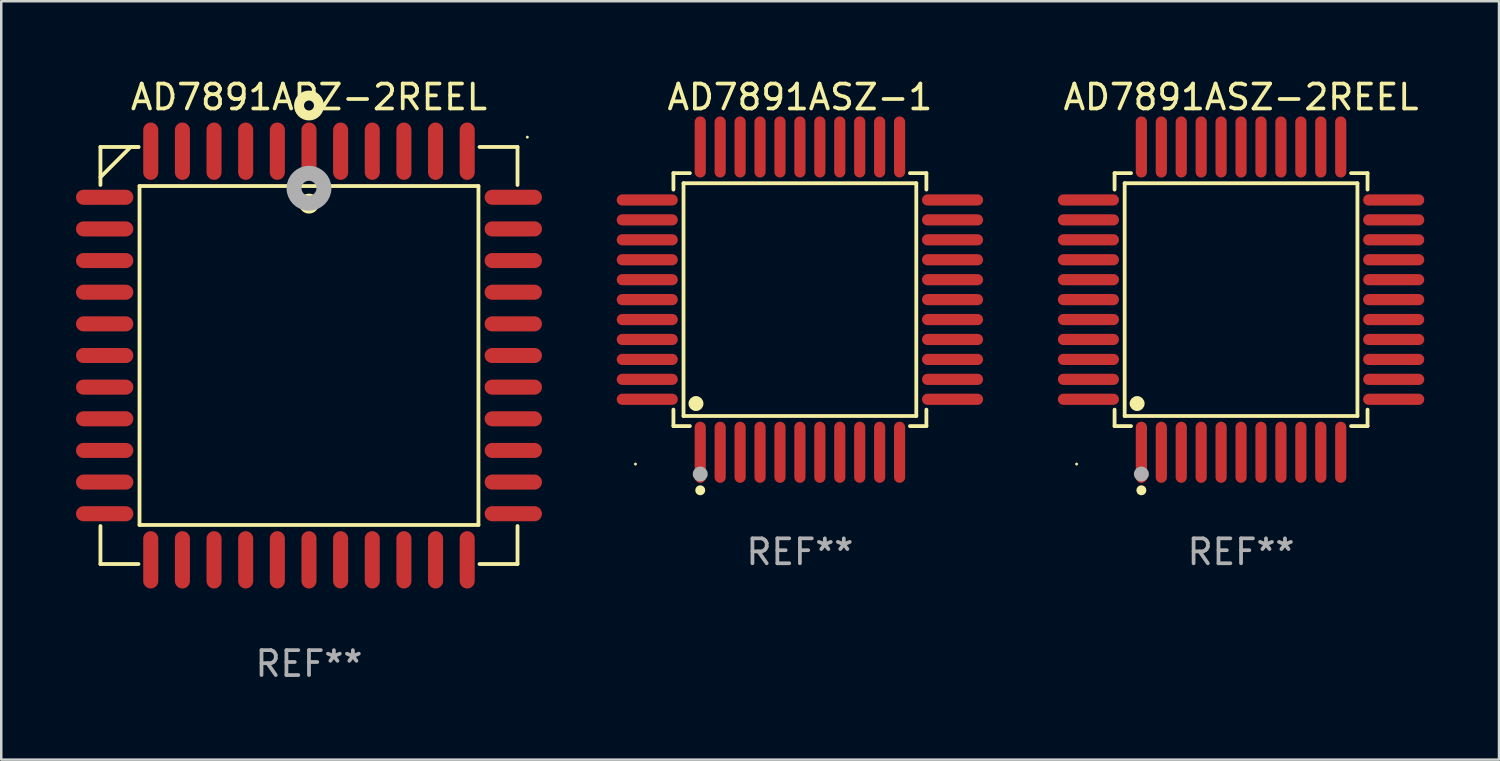
<source format=kicad_pcb>
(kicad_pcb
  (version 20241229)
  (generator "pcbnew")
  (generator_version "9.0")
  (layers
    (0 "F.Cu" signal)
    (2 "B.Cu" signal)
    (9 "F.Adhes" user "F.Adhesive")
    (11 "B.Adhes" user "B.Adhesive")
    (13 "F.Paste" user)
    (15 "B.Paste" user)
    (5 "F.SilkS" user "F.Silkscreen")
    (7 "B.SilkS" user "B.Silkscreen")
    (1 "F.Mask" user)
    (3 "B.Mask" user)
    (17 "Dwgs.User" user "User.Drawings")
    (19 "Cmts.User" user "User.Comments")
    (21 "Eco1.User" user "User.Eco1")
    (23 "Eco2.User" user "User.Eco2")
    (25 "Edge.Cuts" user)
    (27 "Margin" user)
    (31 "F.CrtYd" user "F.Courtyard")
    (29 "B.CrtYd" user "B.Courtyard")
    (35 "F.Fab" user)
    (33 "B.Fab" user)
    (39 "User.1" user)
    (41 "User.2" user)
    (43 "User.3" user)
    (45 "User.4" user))
  (footprint "AD7891ASZ-2REEL"
    (layer "F.Cu")
    (at 46.756 8.974)
    (property "Reference" "AD7891ASZ-2REEL" (at 0 -8.126 0) (layer "F.SilkS") (effects (font (size 1 1) (thickness 0.15))))
    (attr through_hole)
    (fp_line (start -5.076 -5.076) (end -4.415 -5.076) (stroke (width 0.152) (type solid)) (layer "F.SilkS"))
    (fp_line (start -5.076 -4.415) (end -5.076 -5.076) (stroke (width 0.152) (type solid)) (layer "F.SilkS"))
    (fp_line (start -5.076 4.415) (end -5.076 5.076) (stroke (width 0.152) (type solid)) (layer "F.SilkS"))
    (fp_line (start -5.076 5.076) (end -4.415 5.076) (stroke (width 0.152) (type solid)) (layer "F.SilkS"))
    (fp_line (start -4.671 -4.671) (end 4.671 -4.671) (stroke (width 0.152) (type solid)) (layer "F.SilkS"))
    (fp_line (start -4.671 4.671) (end -4.671 -4.671) (stroke (width 0.152) (type solid)) (layer "F.SilkS"))
    (fp_line (start 4.671 -4.671) (end 4.671 4.671) (stroke (width 0.152) (type solid)) (layer "F.SilkS"))
    (fp_line (start 4.671 4.671) (end -4.671 4.671) (stroke (width 0.152) (type solid)) (layer "F.SilkS"))
    (fp_line (start 5.076 -5.076) (end 4.415 -5.076) (stroke (width 0.152) (type solid)) (layer "F.SilkS"))
    (fp_line (start 5.076 -4.415) (end 5.076 -5.076) (stroke (width 0.152) (type solid)) (layer "F.SilkS"))
    (fp_line (start 5.076 4.415) (end 5.076 5.076) (stroke (width 0.152) (type solid)) (layer "F.SilkS"))
    (fp_line (start 5.076 5.076) (end 4.415 5.076) (stroke (width 0.152) (type solid)) (layer "F.SilkS"))
    (fp_circle (center -6.6 6.6) (end -6.57 6.6) (stroke (width 0.06) (type solid)) (fill no) (layer "F.SilkS"))
    (fp_circle (center -4.171 4.171) (end -4.021 4.171) (stroke (width 0.3) (type solid)) (fill no) (layer "F.SilkS"))
    (fp_circle (center -4 7.652) (end -3.9 7.652) (stroke (width 0.2) (type solid)) (fill no) (layer "F.SilkS"))
    (fp_circle (center -4 7) (end -3.85 7) (stroke (width 0.3) (type solid)) (fill no) (layer "F.Fab"))
    (fp_text user "REF**" (at 0 10.126 0) (layer "F.Fab") (effects (font (size 1 1) (thickness 0.15))))
    (pad "1" smd oval (at -4 6.126) (size 0.448 2.452) (layers "F.Cu" "F.Mask" "F.Paste"))
    (pad "2" smd oval (at -3.2 6.126) (size 0.448 2.452) (layers "F.Cu" "F.Mask" "F.Paste"))
    (pad "3" smd oval (at -2.4 6.126) (size 0.448 2.452) (layers "F.Cu" "F.Mask" "F.Paste"))
    (pad "4" smd oval (at -1.6 6.126) (size 0.448 2.452) (layers "F.Cu" "F.Mask" "F.Paste"))
    (pad "5" smd oval (at -0.8 6.126) (size 0.448 2.452) (layers "F.Cu" "F.Mask" "F.Paste"))
    (pad "6" smd oval (at 0 6.126) (size 0.448 2.452) (layers "F.Cu" "F.Mask" "F.Paste"))
    (pad "7" smd oval (at 0.8 6.126) (size 0.448 2.452) (layers "F.Cu" "F.Mask" "F.Paste"))
    (pad "8" smd oval (at 1.6 6.126) (size 0.448 2.452) (layers "F.Cu" "F.Mask" "F.Paste"))
    (pad "9" smd oval (at 2.4 6.126) (size 0.448 2.452) (layers "F.Cu" "F.Mask" "F.Paste"))
    (pad "10" smd oval (at 3.2 6.126) (size 0.448 2.452) (layers "F.Cu" "F.Mask" "F.Paste"))
    (pad "11" smd oval (at 4 6.126) (size 0.448 2.452) (layers "F.Cu" "F.Mask" "F.Paste"))
    (pad "12" smd oval (at 6.126 4) (size 2.452 0.448) (layers "F.Cu" "F.Mask" "F.Paste"))
    (pad "13" smd oval (at 6.126 3.2) (size 2.452 0.448) (layers "F.Cu" "F.Mask" "F.Paste"))
    (pad "14" smd oval (at 6.126 2.4) (size 2.452 0.448) (layers "F.Cu" "F.Mask" "F.Paste"))
    (pad "15" smd oval (at 6.126 1.6) (size 2.452 0.448) (layers "F.Cu" "F.Mask" "F.Paste"))
    (pad "16" smd oval (at 6.126 0.8) (size 2.452 0.448) (layers "F.Cu" "F.Mask" "F.Paste"))
    (pad "17" smd oval (at 6.126 0) (size 2.452 0.448) (layers "F.Cu" "F.Mask" "F.Paste"))
    (pad "18" smd oval (at 6.126 -0.8) (size 2.452 0.448) (layers "F.Cu" "F.Mask" "F.Paste"))
    (pad "19" smd oval (at 6.126 -1.6) (size 2.452 0.448) (layers "F.Cu" "F.Mask" "F.Paste"))
    (pad "20" smd oval (at 6.126 -2.4) (size 2.452 0.448) (layers "F.Cu" "F.Mask" "F.Paste"))
    (pad "21" smd oval (at 6.126 -3.2) (size 2.452 0.448) (layers "F.Cu" "F.Mask" "F.Paste"))
    (pad "22" smd oval (at 6.126 -4) (size 2.452 0.448) (layers "F.Cu" "F.Mask" "F.Paste"))
    (pad "23" smd oval (at 4 -6.126) (size 0.448 2.452) (layers "F.Cu" "F.Mask" "F.Paste"))
    (pad "24" smd oval (at 3.2 -6.126) (size 0.448 2.452) (layers "F.Cu" "F.Mask" "F.Paste"))
    (pad "25" smd oval (at 2.4 -6.126) (size 0.448 2.452) (layers "F.Cu" "F.Mask" "F.Paste"))
    (pad "26" smd oval (at 1.6 -6.126) (size 0.448 2.452) (layers "F.Cu" "F.Mask" "F.Paste"))
    (pad "27" smd oval (at 0.8 -6.126) (size 0.448 2.452) (layers "F.Cu" "F.Mask" "F.Paste"))
    (pad "28" smd oval (at 0 -6.126) (size 0.448 2.452) (layers "F.Cu" "F.Mask" "F.Paste"))
    (pad "29" smd oval (at -0.8 -6.126) (size 0.448 2.452) (layers "F.Cu" "F.Mask" "F.Paste"))
    (pad "30" smd oval (at -1.6 -6.126) (size 0.448 2.452) (layers "F.Cu" "F.Mask" "F.Paste"))
    (pad "31" smd oval (at -2.4 -6.126) (size 0.448 2.452) (layers "F.Cu" "F.Mask" "F.Paste"))
    (pad "32" smd oval (at -3.2 -6.126) (size 0.448 2.452) (layers "F.Cu" "F.Mask" "F.Paste"))
    (pad "33" smd oval (at -4 -6.126) (size 0.448 2.452) (layers "F.Cu" "F.Mask" "F.Paste"))
    (pad "34" smd oval (at -6.126 -4) (size 2.452 0.448) (layers "F.Cu" "F.Mask" "F.Paste"))
    (pad "35" smd oval (at -6.126 -3.2) (size 2.452 0.448) (layers "F.Cu" "F.Mask" "F.Paste"))
    (pad "36" smd oval (at -6.126 -2.4) (size 2.452 0.448) (layers "F.Cu" "F.Mask" "F.Paste"))
    (pad "37" smd oval (at -6.126 -1.6) (size 2.452 0.448) (layers "F.Cu" "F.Mask" "F.Paste"))
    (pad "38" smd oval (at -6.126 -0.8) (size 2.452 0.448) (layers "F.Cu" "F.Mask" "F.Paste"))
    (pad "39" smd oval (at -6.126 0) (size 2.452 0.448) (layers "F.Cu" "F.Mask" "F.Paste"))
    (pad "40" smd oval (at -6.126 0.8) (size 2.452 0.448) (layers "F.Cu" "F.Mask" "F.Paste"))
    (pad "41" smd oval (at -6.126 1.6) (size 2.452 0.448) (layers "F.Cu" "F.Mask" "F.Paste"))
    (pad "42" smd oval (at -6.126 2.4) (size 2.452 0.448) (layers "F.Cu" "F.Mask" "F.Paste"))
    (pad "43" smd oval (at -6.126 3.2) (size 2.452 0.448) (layers "F.Cu" "F.Mask" "F.Paste"))
    (pad "44" smd oval (at -6.126 4) (size 2.452 0.448) (layers "F.Cu" "F.Mask" "F.Paste")))
  (footprint "AD7891ASZ-1"
    (layer "F.Cu")
    (at 29.052 8.974)
    (property "Reference" "AD7891ASZ-1" (at 0 -8.126 0) (layer "F.SilkS") (effects (font (size 1 1) (thickness 0.15))))
    (attr through_hole)
    (fp_line (start -5.076 -5.076) (end -4.415 -5.076) (stroke (width 0.152) (type solid)) (layer "F.SilkS"))
    (fp_line (start -5.076 -4.415) (end -5.076 -5.076) (stroke (width 0.152) (type solid)) (layer "F.SilkS"))
    (fp_line (start -5.076 4.415) (end -5.076 5.076) (stroke (width 0.152) (type solid)) (layer "F.SilkS"))
    (fp_line (start -5.076 5.076) (end -4.415 5.076) (stroke (width 0.152) (type solid)) (layer "F.SilkS"))
    (fp_line (start -4.671 -4.671) (end 4.671 -4.671) (stroke (width 0.152) (type solid)) (layer "F.SilkS"))
    (fp_line (start -4.671 4.671) (end -4.671 -4.671) (stroke (width 0.152) (type solid)) (layer "F.SilkS"))
    (fp_line (start 4.671 -4.671) (end 4.671 4.671) (stroke (width 0.152) (type solid)) (layer "F.SilkS"))
    (fp_line (start 4.671 4.671) (end -4.671 4.671) (stroke (width 0.152) (type solid)) (layer "F.SilkS"))
    (fp_line (start 5.076 -5.076) (end 4.415 -5.076) (stroke (width 0.152) (type solid)) (layer "F.SilkS"))
    (fp_line (start 5.076 -4.415) (end 5.076 -5.076) (stroke (width 0.152) (type solid)) (layer "F.SilkS"))
    (fp_line (start 5.076 4.415) (end 5.076 5.076) (stroke (width 0.152) (type solid)) (layer "F.SilkS"))
    (fp_line (start 5.076 5.076) (end 4.415 5.076) (stroke (width 0.152) (type solid)) (layer "F.SilkS"))
    (fp_circle (center -6.6 6.6) (end -6.57 6.6) (stroke (width 0.06) (type solid)) (fill no) (layer "F.SilkS"))
    (fp_circle (center -4.171 4.171) (end -4.021 4.171) (stroke (width 0.3) (type solid)) (fill no) (layer "F.SilkS"))
    (fp_circle (center -4 7.652) (end -3.9 7.652) (stroke (width 0.2) (type solid)) (fill no) (layer "F.SilkS"))
    (fp_circle (center -4 7) (end -3.85 7) (stroke (width 0.3) (type solid)) (fill no) (layer "F.Fab"))
    (fp_text user "REF**" (at 0 10.126 0) (layer "F.Fab") (effects (font (size 1 1) (thickness 0.15))))
    (pad "1" smd oval (at -4 6.126) (size 0.448 2.452) (layers "F.Cu" "F.Mask" "F.Paste"))
    (pad "2" smd oval (at -3.2 6.126) (size 0.448 2.452) (layers "F.Cu" "F.Mask" "F.Paste"))
    (pad "3" smd oval (at -2.4 6.126) (size 0.448 2.452) (layers "F.Cu" "F.Mask" "F.Paste"))
    (pad "4" smd oval (at -1.6 6.126) (size 0.448 2.452) (layers "F.Cu" "F.Mask" "F.Paste"))
    (pad "5" smd oval (at -0.8 6.126) (size 0.448 2.452) (layers "F.Cu" "F.Mask" "F.Paste"))
    (pad "6" smd oval (at 0 6.126) (size 0.448 2.452) (layers "F.Cu" "F.Mask" "F.Paste"))
    (pad "7" smd oval (at 0.8 6.126) (size 0.448 2.452) (layers "F.Cu" "F.Mask" "F.Paste"))
    (pad "8" smd oval (at 1.6 6.126) (size 0.448 2.452) (layers "F.Cu" "F.Mask" "F.Paste"))
    (pad "9" smd oval (at 2.4 6.126) (size 0.448 2.452) (layers "F.Cu" "F.Mask" "F.Paste"))
    (pad "10" smd oval (at 3.2 6.126) (size 0.448 2.452) (layers "F.Cu" "F.Mask" "F.Paste"))
    (pad "11" smd oval (at 4 6.126) (size 0.448 2.452) (layers "F.Cu" "F.Mask" "F.Paste"))
    (pad "12" smd oval (at 6.126 4) (size 2.452 0.448) (layers "F.Cu" "F.Mask" "F.Paste"))
    (pad "13" smd oval (at 6.126 3.2) (size 2.452 0.448) (layers "F.Cu" "F.Mask" "F.Paste"))
    (pad "14" smd oval (at 6.126 2.4) (size 2.452 0.448) (layers "F.Cu" "F.Mask" "F.Paste"))
    (pad "15" smd oval (at 6.126 1.6) (size 2.452 0.448) (layers "F.Cu" "F.Mask" "F.Paste"))
    (pad "16" smd oval (at 6.126 0.8) (size 2.452 0.448) (layers "F.Cu" "F.Mask" "F.Paste"))
    (pad "17" smd oval (at 6.126 0) (size 2.452 0.448) (layers "F.Cu" "F.Mask" "F.Paste"))
    (pad "18" smd oval (at 6.126 -0.8) (size 2.452 0.448) (layers "F.Cu" "F.Mask" "F.Paste"))
    (pad "19" smd oval (at 6.126 -1.6) (size 2.452 0.448) (layers "F.Cu" "F.Mask" "F.Paste"))
    (pad "20" smd oval (at 6.126 -2.4) (size 2.452 0.448) (layers "F.Cu" "F.Mask" "F.Paste"))
    (pad "21" smd oval (at 6.126 -3.2) (size 2.452 0.448) (layers "F.Cu" "F.Mask" "F.Paste"))
    (pad "22" smd oval (at 6.126 -4) (size 2.452 0.448) (layers "F.Cu" "F.Mask" "F.Paste"))
    (pad "23" smd oval (at 4 -6.126) (size 0.448 2.452) (layers "F.Cu" "F.Mask" "F.Paste"))
    (pad "24" smd oval (at 3.2 -6.126) (size 0.448 2.452) (layers "F.Cu" "F.Mask" "F.Paste"))
    (pad "25" smd oval (at 2.4 -6.126) (size 0.448 2.452) (layers "F.Cu" "F.Mask" "F.Paste"))
    (pad "26" smd oval (at 1.6 -6.126) (size 0.448 2.452) (layers "F.Cu" "F.Mask" "F.Paste"))
    (pad "27" smd oval (at 0.8 -6.126) (size 0.448 2.452) (layers "F.Cu" "F.Mask" "F.Paste"))
    (pad "28" smd oval (at 0 -6.126) (size 0.448 2.452) (layers "F.Cu" "F.Mask" "F.Paste"))
    (pad "29" smd oval (at -0.8 -6.126) (size 0.448 2.452) (layers "F.Cu" "F.Mask" "F.Paste"))
    (pad "30" smd oval (at -1.6 -6.126) (size 0.448 2.452) (layers "F.Cu" "F.Mask" "F.Paste"))
    (pad "31" smd oval (at -2.4 -6.126) (size 0.448 2.452) (layers "F.Cu" "F.Mask" "F.Paste"))
    (pad "32" smd oval (at -3.2 -6.126) (size 0.448 2.452) (layers "F.Cu" "F.Mask" "F.Paste"))
    (pad "33" smd oval (at -4 -6.126) (size 0.448 2.452) (layers "F.Cu" "F.Mask" "F.Paste"))
    (pad "34" smd oval (at -6.126 -4) (size 2.452 0.448) (layers "F.Cu" "F.Mask" "F.Paste"))
    (pad "35" smd oval (at -6.126 -3.2) (size 2.452 0.448) (layers "F.Cu" "F.Mask" "F.Paste"))
    (pad "36" smd oval (at -6.126 -2.4) (size 2.452 0.448) (layers "F.Cu" "F.Mask" "F.Paste"))
    (pad "37" smd oval (at -6.126 -1.6) (size 2.452 0.448) (layers "F.Cu" "F.Mask" "F.Paste"))
    (pad "38" smd oval (at -6.126 -0.8) (size 2.452 0.448) (layers "F.Cu" "F.Mask" "F.Paste"))
    (pad "39" smd oval (at -6.126 0) (size 2.452 0.448) (layers "F.Cu" "F.Mask" "F.Paste"))
    (pad "40" smd oval (at -6.126 0.8) (size 2.452 0.448) (layers "F.Cu" "F.Mask" "F.Paste"))
    (pad "41" smd oval (at -6.126 1.6) (size 2.452 0.448) (layers "F.Cu" "F.Mask" "F.Paste"))
    (pad "42" smd oval (at -6.126 2.4) (size 2.452 0.448) (layers "F.Cu" "F.Mask" "F.Paste"))
    (pad "43" smd oval (at -6.126 3.2) (size 2.452 0.448) (layers "F.Cu" "F.Mask" "F.Paste"))
    (pad "44" smd oval (at -6.126 4) (size 2.452 0.448) (layers "F.Cu" "F.Mask" "F.Paste")))
  (footprint "AD7891APZ-2REEL"
    (layer "F.Cu")
    (at 9.35 11.217)
    (property "Reference" "AD7891APZ-2REEL" (at 0 -10.369 0) (layer "F.SilkS") (effects (font (size 1 1) (thickness 0.15))))
    (attr through_hole)
    (fp_line (start -8.369 -8.369) (end -8.369 -6.843) (stroke (width 0.152) (type solid)) (layer "F.SilkS"))
    (fp_line (start -8.369 8.369) (end -8.369 6.843) (stroke (width 0.152) (type solid)) (layer "F.SilkS"))
    (fp_line (start -7.156 -8.369) (end -8.369 -7.156) (stroke (width 0.152) (type solid)) (layer "F.SilkS"))
    (fp_line (start -6.843 -8.369) (end -8.369 -8.369) (stroke (width 0.152) (type solid)) (layer "F.SilkS"))
    (fp_line (start -6.843 -8.369) (end -7.156 -8.369) (stroke (width 0.152) (type solid)) (layer "F.SilkS"))
    (fp_line (start -6.843 8.369) (end -8.369 8.369) (stroke (width 0.152) (type solid)) (layer "F.SilkS"))
    (fp_line (start -6.801 -6.801) (end 6.801 -6.801) (stroke (width 0.152) (type solid)) (layer "F.SilkS"))
    (fp_line (start -6.801 6.801) (end -6.801 -6.801) (stroke (width 0.152) (type solid)) (layer "F.SilkS"))
    (fp_line (start 6.801 -6.801) (end 6.801 6.801) (stroke (width 0.152) (type solid)) (layer "F.SilkS"))
    (fp_line (start 6.801 6.801) (end -6.801 6.801) (stroke (width 0.152) (type solid)) (layer "F.SilkS"))
    (fp_line (start 6.843 -8.369) (end 8.369 -8.369) (stroke (width 0.152) (type solid)) (layer "F.SilkS"))
    (fp_line (start 6.843 8.369) (end 8.369 8.369) (stroke (width 0.152) (type solid)) (layer "F.SilkS"))
    (fp_line (start 8.369 -8.369) (end 8.369 -6.843) (stroke (width 0.152) (type solid)) (layer "F.SilkS"))
    (fp_line (start 8.369 8.369) (end 8.369 6.843) (stroke (width 0.152) (type solid)) (layer "F.SilkS"))
    (fp_circle (center -0.000013 -6.096) (end 0.2 -6.096) (stroke (width 0.4) (type solid)) (fill no) (layer "F.SilkS"))
    (fp_circle (center 0.000114 -10.033) (end 0.2 -10.033) (stroke (width 0.4) (type solid)) (fill no) (layer "F.SilkS"))
    (fp_circle (center 8.763 -8.763) (end 8.793 -8.763) (stroke (width 0.06) (type solid)) (fill no) (layer "F.SilkS"))
    (fp_circle (center 0.000114 -6.712) (end 0.3 -6.712) (stroke (width 0.6) (type solid)) (fill no) (layer "F.Fab"))
    (fp_text user "REF**" (at 0 12.369 0) (layer "F.Fab") (effects (font (size 1 1) (thickness 0.15))))
    (pad "1" smd oval (at 0.000114 -8.2) (size 0.604 2.3) (layers "F.Cu" "F.Mask" "F.Paste"))
    (pad "2" smd oval (at -1.27 -8.2) (size 0.604 2.3) (layers "F.Cu" "F.Mask" "F.Paste"))
    (pad "3" smd oval (at -2.54 -8.2) (size 0.604 2.3) (layers "F.Cu" "F.Mask" "F.Paste"))
    (pad "4" smd oval (at -3.81 -8.2) (size 0.604 2.3) (layers "F.Cu" "F.Mask" "F.Paste"))
    (pad "5" smd oval (at -5.08 -8.2) (size 0.604 2.3) (layers "F.Cu" "F.Mask" "F.Paste"))
    (pad "6" smd oval (at -6.35 -8.2) (size 0.604 2.3) (layers "F.Cu" "F.Mask" "F.Paste"))
    (pad "7" smd oval (at -8.2 -6.35) (size 2.3 0.604) (layers "F.Cu" "F.Mask" "F.Paste"))
    (pad "8" smd oval (at -8.2 -5.08) (size 2.3 0.604) (layers "F.Cu" "F.Mask" "F.Paste"))
    (pad "9" smd oval (at -8.2 -3.81) (size 2.3 0.604) (layers "F.Cu" "F.Mask" "F.Paste"))
    (pad "10" smd oval (at -8.2 -2.54) (size 2.3 0.604) (layers "F.Cu" "F.Mask" "F.Paste"))
    (pad "11" smd oval (at -8.2 -1.27) (size 2.3 0.604) (layers "F.Cu" "F.Mask" "F.Paste"))
    (pad "12" smd oval (at -8.2 0.000127) (size 2.3 0.604) (layers "F.Cu" "F.Mask" "F.Paste"))
    (pad "13" smd oval (at -8.2 1.27) (size 2.3 0.604) (layers "F.Cu" "F.Mask" "F.Paste"))
    (pad "14" smd oval (at -8.2 2.54) (size 2.3 0.604) (layers "F.Cu" "F.Mask" "F.Paste"))
    (pad "15" smd oval (at -8.2 3.81) (size 2.3 0.604) (layers "F.Cu" "F.Mask" "F.Paste"))
    (pad "16" smd oval (at -8.2 5.08) (size 2.3 0.604) (layers "F.Cu" "F.Mask" "F.Paste"))
    (pad "17" smd oval (at -8.2 6.35) (size 2.3 0.604) (layers "F.Cu" "F.Mask" "F.Paste"))
    (pad "18" smd oval (at -6.35 8.2) (size 0.604 2.3) (layers "F.Cu" "F.Mask" "F.Paste"))
    (pad "19" smd oval (at -5.08 8.2) (size 0.604 2.3) (layers "F.Cu" "F.Mask" "F.Paste"))
    (pad "20" smd oval (at -3.81 8.2) (size 0.604 2.3) (layers "F.Cu" "F.Mask" "F.Paste"))
    (pad "21" smd oval (at -2.54 8.2) (size 0.604 2.3) (layers "F.Cu" "F.Mask" "F.Paste"))
    (pad "22" smd oval (at -1.27 8.2) (size 0.604 2.3) (layers "F.Cu" "F.Mask" "F.Paste"))
    (pad "23" smd oval (at 0.000114 8.2) (size 0.604 2.3) (layers "F.Cu" "F.Mask" "F.Paste"))
    (pad "24" smd oval (at 1.27 8.2) (size 0.604 2.3) (layers "F.Cu" "F.Mask" "F.Paste"))
    (pad "25" smd oval (at 2.54 8.2) (size 0.604 2.3) (layers "F.Cu" "F.Mask" "F.Paste"))
    (pad "26" smd oval (at 3.81 8.2) (size 0.604 2.3) (layers "F.Cu" "F.Mask" "F.Paste"))
    (pad "27" smd oval (at 5.08 8.2) (size 0.604 2.3) (layers "F.Cu" "F.Mask" "F.Paste"))
    (pad "28" smd oval (at 6.35 8.2) (size 0.604 2.3) (layers "F.Cu" "F.Mask" "F.Paste"))
    (pad "29" smd oval (at 8.2 6.35) (size 2.3 0.604) (layers "F.Cu" "F.Mask" "F.Paste"))
    (pad "30" smd oval (at 8.2 5.08) (size 2.3 0.604) (layers "F.Cu" "F.Mask" "F.Paste"))
    (pad "31" smd oval (at 8.2 3.81) (size 2.3 0.604) (layers "F.Cu" "F.Mask" "F.Paste"))
    (pad "32" smd oval (at 8.2 2.54) (size 2.3 0.604) (layers "F.Cu" "F.Mask" "F.Paste"))
    (pad "33" smd oval (at 8.2 1.27) (size 2.3 0.604) (layers "F.Cu" "F.Mask" "F.Paste"))
    (pad "34" smd oval (at 8.2 0.000127) (size 2.3 0.604) (layers "F.Cu" "F.Mask" "F.Paste"))
    (pad "35" smd oval (at 8.2 -1.27) (size 2.3 0.604) (layers "F.Cu" "F.Mask" "F.Paste"))
    (pad "36" smd oval (at 8.2 -2.54) (size 2.3 0.604) (layers "F.Cu" "F.Mask" "F.Paste"))
    (pad "37" smd oval (at 8.2 -3.81) (size 2.3 0.604) (layers "F.Cu" "F.Mask" "F.Paste"))
    (pad "38" smd oval (at 8.2 -5.08) (size 2.3 0.604) (layers "F.Cu" "F.Mask" "F.Paste"))
    (pad "39" smd oval (at 8.2 -6.35) (size 2.3 0.604) (layers "F.Cu" "F.Mask" "F.Paste"))
    (pad "40" smd oval (at 6.35 -8.2) (size 0.604 2.3) (layers "F.Cu" "F.Mask" "F.Paste"))
    (pad "41" smd oval (at 5.08 -8.2) (size 0.604 2.3) (layers "F.Cu" "F.Mask" "F.Paste"))
    (pad "42" smd oval (at 3.81 -8.2) (size 0.604 2.3) (layers "F.Cu" "F.Mask" "F.Paste"))
    (pad "43" smd oval (at 2.54 -8.2) (size 0.604 2.3) (layers "F.Cu" "F.Mask" "F.Paste"))
    (pad "44" smd oval (at 1.27 -8.2) (size 0.604 2.3) (layers "F.Cu" "F.Mask" "F.Paste")))
  (gr_rect
    (start -3 -3)
    (end 57.108 27.435)
    (stroke (width 0.1) (type default))
    (fill no)
    (layer "Edge.Cuts")))
</source>
